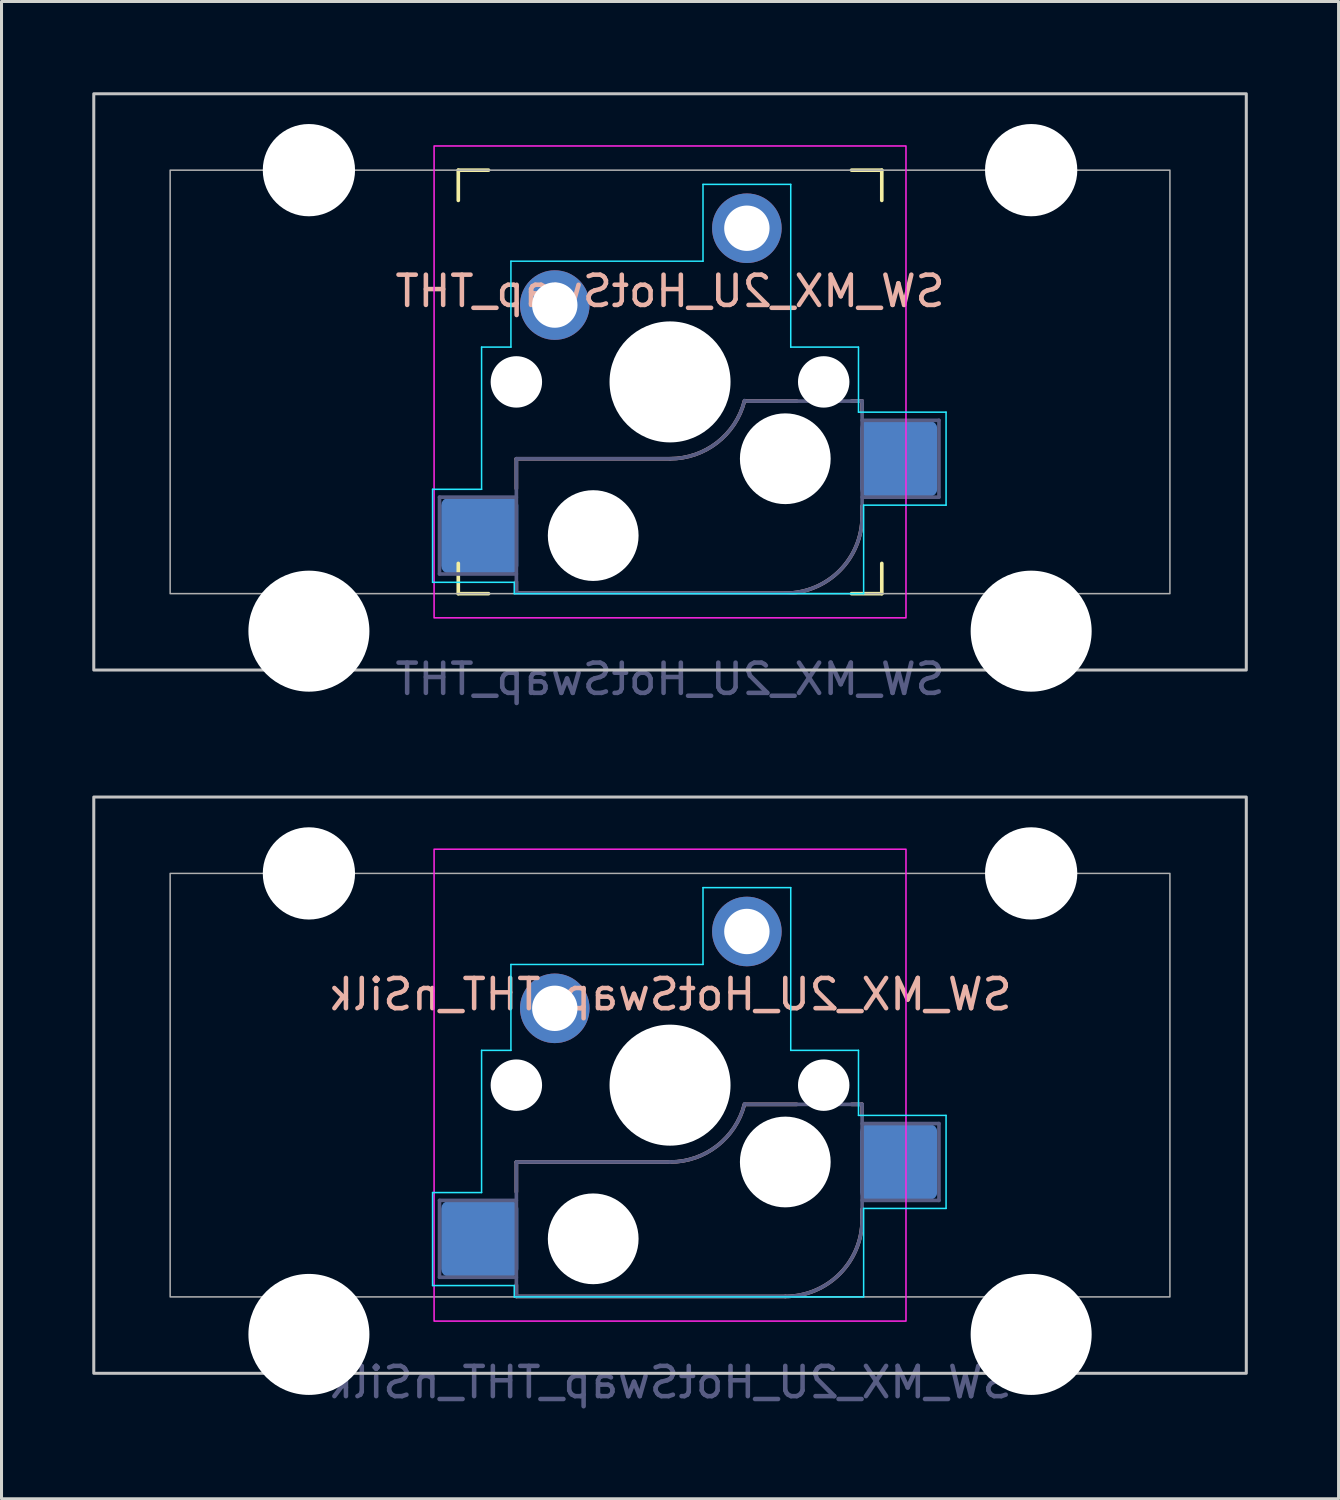
<source format=kicad_pcb>
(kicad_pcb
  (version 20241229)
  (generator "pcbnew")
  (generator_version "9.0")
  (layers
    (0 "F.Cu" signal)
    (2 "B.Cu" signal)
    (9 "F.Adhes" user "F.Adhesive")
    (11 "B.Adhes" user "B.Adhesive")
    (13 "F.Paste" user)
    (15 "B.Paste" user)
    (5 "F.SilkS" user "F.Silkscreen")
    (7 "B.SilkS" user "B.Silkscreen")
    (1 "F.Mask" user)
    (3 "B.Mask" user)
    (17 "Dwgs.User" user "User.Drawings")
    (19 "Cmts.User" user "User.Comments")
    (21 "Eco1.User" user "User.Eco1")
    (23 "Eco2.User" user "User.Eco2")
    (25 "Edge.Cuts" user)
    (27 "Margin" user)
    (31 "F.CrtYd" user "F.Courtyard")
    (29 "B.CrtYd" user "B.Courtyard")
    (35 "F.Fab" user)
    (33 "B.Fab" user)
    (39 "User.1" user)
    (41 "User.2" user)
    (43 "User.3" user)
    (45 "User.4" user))
  (footprint "SW_MX_2U_HotSwap_THT_nSilk"
    (layer "F.Cu")
    (at 19.1 32.823)
    (property "Reference" "SW_MX_2U_HotSwap_THT_nSilk" (at 0 -3 0) (unlocked yes) (layer "B.SilkS") (effects (font (size 1 1) (thickness 0.15)) (justify mirror)))
    (attr through_hole)
    (fp_line (start -5.08 2.54) (end -5.08 3.53) (stroke (width 0.12) (type default)) (layer "B.SilkS"))
    (fp_line (start -5.08 2.54) (end 0 2.54) (stroke (width 0.12) (type solid)) (layer "B.SilkS"))
    (fp_line (start -5.08 6.985) (end -5.08 6.604) (stroke (width 0.12) (type solid)) (layer "B.SilkS"))
    (fp_line (start 2.464 0.635) (end 4.191 0.635) (stroke (width 0.12) (type solid)) (layer "B.SilkS"))
    (fp_line (start 3.81 6.985) (end -5.08 6.985) (stroke (width 0.12) (type solid)) (layer "B.SilkS"))
    (fp_line (start 6 0.635) (end 6.35 0.635) (stroke (width 0.12) (type solid)) (layer "B.SilkS"))
    (fp_line (start 6.35 1) (end 6.35 0.635) (stroke (width 0.12) (type solid)) (layer "B.SilkS"))
    (fp_line (start 6.35 4.445) (end 6.35 4.1) (stroke (width 0.12) (type solid)) (layer "B.SilkS"))
    (fp_arc (start 2.459645 0.633835) (mid 1.555902 2.007678) (end 0 2.539999) (stroke (width 0.12) (type default)) (layer "B.SilkS"))
    (fp_arc (start 6.35 4.444999) (mid 5.606051 6.24105) (end 3.81 6.984999) (stroke (width 0.12) (type solid)) (layer "B.SilkS"))
    (fp_rect (start -19.05 -9.525) (end 19.05 9.525) (stroke (width 0.1) (type default)) (fill no) (layer "Dwgs.User"))
    (fp_line (start -7.85 3.55) (end -7.85 6.625) (stroke (width 0.05) (type default)) (layer "B.CrtYd"))
    (fp_line (start -7.85 6.625) (end -5.15 6.625) (stroke (width 0.05) (type default)) (layer "B.CrtYd"))
    (fp_line (start -6.23 -1.15) (end -6.23 3.55) (stroke (width 0.05) (type default)) (layer "B.CrtYd"))
    (fp_line (start -6.23 -1.15) (end -5.26 -1.15) (stroke (width 0.05) (type default)) (layer "B.CrtYd"))
    (fp_line (start -6.23 3.55) (end -7.85 3.55) (stroke (width 0.05) (type default)) (layer "B.CrtYd"))
    (fp_line (start -5.26 -3.99) (end 1.09 -3.99) (stroke (width 0.05) (type default)) (layer "B.CrtYd"))
    (fp_line (start -5.26 -1.15) (end -5.26 -3.99) (stroke (width 0.05) (type default)) (layer "B.CrtYd"))
    (fp_line (start -5.15 6.625) (end -5.15 7) (stroke (width 0.05) (type default)) (layer "B.CrtYd"))
    (fp_line (start -5.15 7) (end 6.4 7) (stroke (width 0.05) (type default)) (layer "B.CrtYd"))
    (fp_line (start 1.09 -6.53) (end 3.99 -6.53) (stroke (width 0.05) (type default)) (layer "B.CrtYd"))
    (fp_line (start 1.09 -3.99) (end 1.09 -6.53) (stroke (width 0.05) (type default)) (layer "B.CrtYd"))
    (fp_line (start 3.99 -6.53) (end 3.99 -1.15) (stroke (width 0.05) (type default)) (layer "B.CrtYd"))
    (fp_line (start 3.99 -1.15) (end 6.23 -1.15) (stroke (width 0.05) (type default)) (layer "B.CrtYd"))
    (fp_line (start 6.23 -1.15) (end 6.23 1) (stroke (width 0.05) (type default)) (layer "B.CrtYd"))
    (fp_line (start 6.23 1) (end 9.125 1) (stroke (width 0.05) (type default)) (layer "B.CrtYd"))
    (fp_line (start 6.4 4.075) (end 6.4 7) (stroke (width 0.05) (type default)) (layer "B.CrtYd"))
    (fp_line (start 9.125 1) (end 9.125 4.075) (stroke (width 0.05) (type default)) (layer "B.CrtYd"))
    (fp_line (start 9.125 4.075) (end 6.4 4.075) (stroke (width 0.05) (type default)) (layer "B.CrtYd"))
    (fp_rect (start -7.8 -7.8) (end 7.8 7.8) (stroke (width 0.05) (type default)) (fill no) (layer "F.CrtYd"))
    (fp_line (start -7.62 3.81) (end -5.08 3.81) (stroke (width 0.12) (type solid)) (layer "B.Fab"))
    (fp_line (start -7.62 6.35) (end -7.62 3.81) (stroke (width 0.12) (type solid)) (layer "B.Fab"))
    (fp_line (start -5.08 2.54) (end 0 2.54) (stroke (width 0.12) (type solid)) (layer "B.Fab"))
    (fp_line (start -5.08 6.35) (end -7.62 6.35) (stroke (width 0.12) (type solid)) (layer "B.Fab"))
    (fp_line (start -5.08 6.985) (end -5.08 2.54) (stroke (width 0.12) (type solid)) (layer "B.Fab"))
    (fp_line (start 3.81 6.985) (end -5.08 6.985) (stroke (width 0.12) (type solid)) (layer "B.Fab"))
    (fp_line (start 6.35 0.635) (end 2.54 0.635) (stroke (width 0.12) (type solid)) (layer "B.Fab"))
    (fp_line (start 6.35 0.635) (end 6.35 4.445) (stroke (width 0.12) (type solid)) (layer "B.Fab"))
    (fp_line (start 6.35 1.27) (end 8.89 1.27) (stroke (width 0.12) (type solid)) (layer "B.Fab"))
    (fp_line (start 8.89 1.27) (end 8.89 3.81) (stroke (width 0.12) (type solid)) (layer "B.Fab"))
    (fp_line (start 8.89 3.81) (end 6.35 3.81) (stroke (width 0.12) (type solid)) (layer "B.Fab"))
    (fp_arc (start 2.464162 0.616039) (mid 1.563147 2.002041) (end 0 2.539999) (stroke (width 0.12) (type solid)) (layer "B.Fab"))
    (fp_arc (start 6.35 4.444999) (mid 5.606051 6.24105) (end 3.81 6.984999) (stroke (width 0.12) (type solid)) (layer "B.Fab"))
    (fp_rect (start -16.525 -7) (end 16.525 7) (stroke (width 0.05) (type default)) (fill no) (layer "F.Fab"))
    (fp_text user "${REFERENCE}" (at 0 9.825 0) (layer "B.Fab") (effects (font (size 1 1) (thickness 0.15)) (justify mirror)))
    (pad "" np_thru_hole circle (at -11.938 -7) (size 3.05 3.05) (drill 3.05) (layers "*.Cu" "*.Mask"))
    (pad "" np_thru_hole circle (at -11.938 8.24) (size 4 4) (drill 4) (layers "*.Cu" "*.Mask"))
    (pad "" np_thru_hole circle (at -5.08 0) (size 1.7 1.7) (drill 1.7) (layers "*.Cu" "*.Mask"))
    (pad "" np_thru_hole circle (at -2.54 5.08 180) (size 3 3) (drill 3) (layers "*.Cu" "*.Mask"))
    (pad "" np_thru_hole circle (at 0 0) (size 4 4) (drill 4) (layers "*.Cu" "*.Mask"))
    (pad "" np_thru_hole circle (at 3.81 2.54 180) (size 3 3) (drill 3) (layers "*.Cu" "*.Mask"))
    (pad "" np_thru_hole circle (at 5.08 0) (size 1.7 1.7) (drill 1.7) (layers "*.Cu" "*.Mask"))
    (pad "" np_thru_hole circle (at 11.938 -7) (size 3.05 3.05) (drill 3.05) (layers "*.Cu" "*.Mask"))
    (pad "" np_thru_hole circle (at 11.938 8.24) (size 4 4) (drill 4) (layers "*.Cu" "*.Mask"))
    (pad "1" thru_hole circle (at 2.54 -5.08) (size 2.3 2.3) (drill 1.5) (layers "*.Cu" "*.Mask"))
    (pad "1" smd roundrect (at 7.56 2.54 180) (size 2.55 2.5) (layers "B.Cu" "B.Mask" "B.Paste") (roundrect_rratio 0.1))
    (pad "2" smd roundrect (at -6.29 5.08 180) (size 2.55 2.5) (layers "B.Cu" "B.Mask" "B.Paste") (roundrect_rratio 0.1))
    (pad "2" thru_hole circle (at -3.81 -2.54) (size 2.3 2.3) (drill 1.5) (layers "*.Cu" "*.Mask")))
  (footprint "SW_MX_2U_HotSwap_THT"
    (layer "F.Cu")
    (at 19.1 9.575)
    (property "Reference" "SW_MX_2U_HotSwap_THT" (at 0 -3 0) (unlocked yes) (layer "B.SilkS") (effects (font (size 1 1) (thickness 0.15)) (justify mirror)))
    (attr through_hole)
    (fp_line (start -7 -7) (end -7 -6) (stroke (width 0.12) (type solid)) (layer "F.SilkS"))
    (fp_line (start -7 7) (end -7 6) (stroke (width 0.12) (type solid)) (layer "F.SilkS"))
    (fp_line (start -7 7) (end -6 7) (stroke (width 0.12) (type solid)) (layer "F.SilkS"))
    (fp_line (start -6 -7) (end -7 -7) (stroke (width 0.12) (type solid)) (layer "F.SilkS"))
    (fp_line (start 6 7) (end 7 7) (stroke (width 0.12) (type solid)) (layer "F.SilkS"))
    (fp_line (start 7 -7) (end 6 -7) (stroke (width 0.12) (type solid)) (layer "F.SilkS"))
    (fp_line (start 7 -6) (end 7 -7) (stroke (width 0.12) (type solid)) (layer "F.SilkS"))
    (fp_line (start 7 7) (end 7 6) (stroke (width 0.12) (type solid)) (layer "F.SilkS"))
    (fp_line (start -5.08 2.54) (end -5.08 3.53) (stroke (width 0.12) (type default)) (layer "B.SilkS"))
    (fp_line (start -5.08 2.54) (end 0 2.54) (stroke (width 0.12) (type solid)) (layer "B.SilkS"))
    (fp_line (start -5.08 6.985) (end -5.08 6.604) (stroke (width 0.12) (type solid)) (layer "B.SilkS"))
    (fp_line (start 2.464 0.635) (end 4.191 0.635) (stroke (width 0.12) (type solid)) (layer "B.SilkS"))
    (fp_line (start 3.81 6.985) (end -5.08 6.985) (stroke (width 0.12) (type solid)) (layer "B.SilkS"))
    (fp_line (start 6 0.635) (end 6.35 0.635) (stroke (width 0.12) (type solid)) (layer "B.SilkS"))
    (fp_line (start 6.35 1) (end 6.35 0.635) (stroke (width 0.12) (type solid)) (layer "B.SilkS"))
    (fp_line (start 6.35 4.445) (end 6.35 4.1) (stroke (width 0.12) (type solid)) (layer "B.SilkS"))
    (fp_arc (start 2.459645 0.633835) (mid 1.555902 2.007678) (end 0 2.539999) (stroke (width 0.12) (type default)) (layer "B.SilkS"))
    (fp_arc (start 6.35 4.444999) (mid 5.606051 6.24105) (end 3.81 6.984999) (stroke (width 0.12) (type solid)) (layer "B.SilkS"))
    (fp_rect (start -19.05 -9.525) (end 19.05 9.525) (stroke (width 0.1) (type default)) (fill no) (layer "Dwgs.User"))
    (fp_line (start -7.85 3.55) (end -7.85 6.625) (stroke (width 0.05) (type default)) (layer "B.CrtYd"))
    (fp_line (start -7.85 6.625) (end -5.15 6.625) (stroke (width 0.05) (type default)) (layer "B.CrtYd"))
    (fp_line (start -6.23 -1.15) (end -6.23 3.55) (stroke (width 0.05) (type default)) (layer "B.CrtYd"))
    (fp_line (start -6.23 -1.15) (end -5.26 -1.15) (stroke (width 0.05) (type default)) (layer "B.CrtYd"))
    (fp_line (start -6.23 3.55) (end -7.85 3.55) (stroke (width 0.05) (type default)) (layer "B.CrtYd"))
    (fp_line (start -5.26 -3.99) (end 1.09 -3.99) (stroke (width 0.05) (type default)) (layer "B.CrtYd"))
    (fp_line (start -5.26 -1.15) (end -5.26 -3.99) (stroke (width 0.05) (type default)) (layer "B.CrtYd"))
    (fp_line (start -5.15 6.625) (end -5.15 7) (stroke (width 0.05) (type default)) (layer "B.CrtYd"))
    (fp_line (start -5.15 7) (end 6.4 7) (stroke (width 0.05) (type default)) (layer "B.CrtYd"))
    (fp_line (start 1.09 -6.53) (end 3.99 -6.53) (stroke (width 0.05) (type default)) (layer "B.CrtYd"))
    (fp_line (start 1.09 -3.99) (end 1.09 -6.53) (stroke (width 0.05) (type default)) (layer "B.CrtYd"))
    (fp_line (start 3.99 -6.53) (end 3.99 -1.15) (stroke (width 0.05) (type default)) (layer "B.CrtYd"))
    (fp_line (start 3.99 -1.15) (end 6.23 -1.15) (stroke (width 0.05) (type default)) (layer "B.CrtYd"))
    (fp_line (start 6.23 -1.15) (end 6.23 1) (stroke (width 0.05) (type default)) (layer "B.CrtYd"))
    (fp_line (start 6.23 1) (end 9.125 1) (stroke (width 0.05) (type default)) (layer "B.CrtYd"))
    (fp_line (start 6.4 4.075) (end 6.4 7) (stroke (width 0.05) (type default)) (layer "B.CrtYd"))
    (fp_line (start 9.125 1) (end 9.125 4.075) (stroke (width 0.05) (type default)) (layer "B.CrtYd"))
    (fp_line (start 9.125 4.075) (end 6.4 4.075) (stroke (width 0.05) (type default)) (layer "B.CrtYd"))
    (fp_rect (start -7.8 -7.8) (end 7.8 7.8) (stroke (width 0.05) (type default)) (fill no) (layer "F.CrtYd"))
    (fp_line (start -7.62 3.81) (end -5.08 3.81) (stroke (width 0.12) (type solid)) (layer "B.Fab"))
    (fp_line (start -7.62 6.35) (end -7.62 3.81) (stroke (width 0.12) (type solid)) (layer "B.Fab"))
    (fp_line (start -5.08 2.54) (end 0 2.54) (stroke (width 0.12) (type solid)) (layer "B.Fab"))
    (fp_line (start -5.08 6.35) (end -7.62 6.35) (stroke (width 0.12) (type solid)) (layer "B.Fab"))
    (fp_line (start -5.08 6.985) (end -5.08 2.54) (stroke (width 0.12) (type solid)) (layer "B.Fab"))
    (fp_line (start 3.81 6.985) (end -5.08 6.985) (stroke (width 0.12) (type solid)) (layer "B.Fab"))
    (fp_line (start 6.35 0.635) (end 2.54 0.635) (stroke (width 0.12) (type solid)) (layer "B.Fab"))
    (fp_line (start 6.35 0.635) (end 6.35 4.445) (stroke (width 0.12) (type solid)) (layer "B.Fab"))
    (fp_line (start 6.35 1.27) (end 8.89 1.27) (stroke (width 0.12) (type solid)) (layer "B.Fab"))
    (fp_line (start 8.89 1.27) (end 8.89 3.81) (stroke (width 0.12) (type solid)) (layer "B.Fab"))
    (fp_line (start 8.89 3.81) (end 6.35 3.81) (stroke (width 0.12) (type solid)) (layer "B.Fab"))
    (fp_arc (start 2.464162 0.616039) (mid 1.563147 2.002041) (end 0 2.539999) (stroke (width 0.12) (type solid)) (layer "B.Fab"))
    (fp_arc (start 6.35 4.444999) (mid 5.606051 6.24105) (end 3.81 6.984999) (stroke (width 0.12) (type solid)) (layer "B.Fab"))
    (fp_rect (start -16.525 -7) (end 16.525 7) (stroke (width 0.05) (type default)) (fill no) (layer "F.Fab"))
    (fp_text user "${REFERENCE}" (at 0 9.825 0) (layer "B.Fab") (effects (font (size 1 1) (thickness 0.15)) (justify mirror)))
    (pad "" np_thru_hole circle (at -11.938 -7) (size 3.05 3.05) (drill 3.05) (layers "*.Cu" "*.Mask"))
    (pad "" np_thru_hole circle (at -11.938 8.24) (size 4 4) (drill 4) (layers "*.Cu" "*.Mask"))
    (pad "" np_thru_hole circle (at -5.08 0) (size 1.7 1.7) (drill 1.7) (layers "*.Cu" "*.Mask"))
    (pad "" np_thru_hole circle (at -2.54 5.08 180) (size 3 3) (drill 3) (layers "*.Cu" "*.Mask"))
    (pad "" np_thru_hole circle (at 0 0) (size 4 4) (drill 4) (layers "*.Cu" "*.Mask"))
    (pad "" np_thru_hole circle (at 3.81 2.54 180) (size 3 3) (drill 3) (layers "*.Cu" "*.Mask"))
    (pad "" np_thru_hole circle (at 5.08 0) (size 1.7 1.7) (drill 1.7) (layers "*.Cu" "*.Mask"))
    (pad "" np_thru_hole circle (at 11.938 -7) (size 3.05 3.05) (drill 3.05) (layers "*.Cu" "*.Mask"))
    (pad "" np_thru_hole circle (at 11.938 8.24) (size 4 4) (drill 4) (layers "*.Cu" "*.Mask"))
    (pad "1" thru_hole circle (at 2.54 -5.08) (size 2.3 2.3) (drill 1.5) (layers "*.Cu" "*.Mask"))
    (pad "1" smd roundrect (at 7.56 2.54 180) (size 2.55 2.5) (layers "B.Cu" "B.Mask" "B.Paste") (roundrect_rratio 0.1))
    (pad "2" smd roundrect (at -6.29 5.08 180) (size 2.55 2.5) (layers "B.Cu" "B.Mask" "B.Paste") (roundrect_rratio 0.1))
    (pad "2" thru_hole circle (at -3.81 -2.54) (size 2.3 2.3) (drill 1.5) (layers "*.Cu" "*.Mask")))
  (gr_rect
    (start -3 -3)
    (end 41.2 46.496)
    (stroke (width 0.1) (type default))
    (fill no)
    (layer "Edge.Cuts")))
</source>
